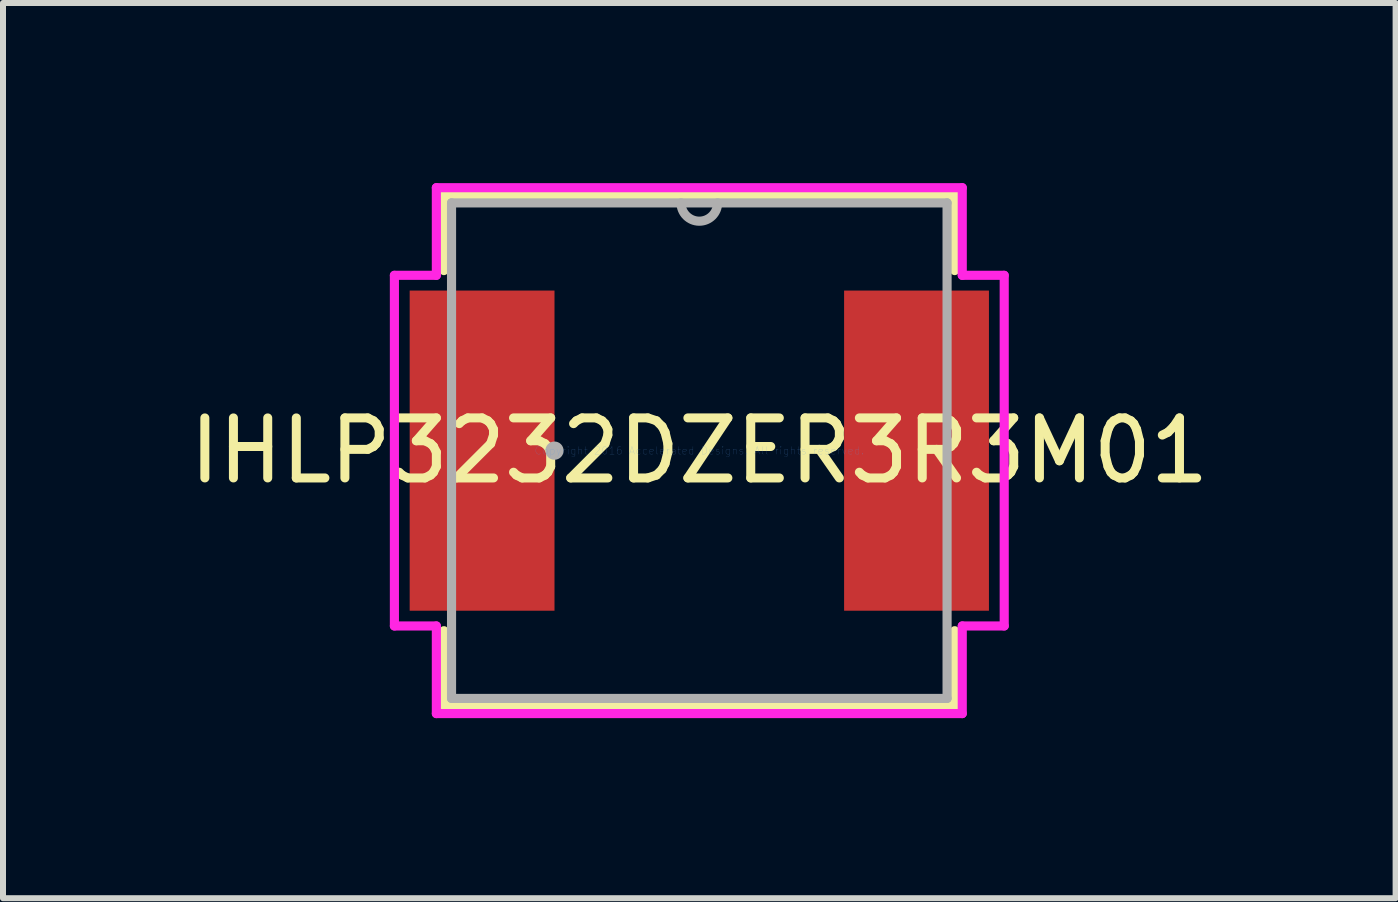
<source format=kicad_pcb>
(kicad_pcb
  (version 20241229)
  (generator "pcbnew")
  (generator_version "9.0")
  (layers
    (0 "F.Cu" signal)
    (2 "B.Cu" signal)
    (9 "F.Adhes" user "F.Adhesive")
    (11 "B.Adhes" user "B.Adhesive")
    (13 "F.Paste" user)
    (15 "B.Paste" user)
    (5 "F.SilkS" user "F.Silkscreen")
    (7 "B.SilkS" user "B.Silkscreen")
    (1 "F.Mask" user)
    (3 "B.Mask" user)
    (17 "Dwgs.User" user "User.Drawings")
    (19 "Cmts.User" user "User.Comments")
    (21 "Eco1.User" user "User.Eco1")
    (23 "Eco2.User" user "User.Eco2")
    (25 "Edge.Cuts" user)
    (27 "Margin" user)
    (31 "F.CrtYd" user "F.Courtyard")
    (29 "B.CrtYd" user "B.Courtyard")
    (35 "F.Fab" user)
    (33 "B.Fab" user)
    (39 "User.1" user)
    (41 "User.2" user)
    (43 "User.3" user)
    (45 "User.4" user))
  (footprint "IHLP3232DZER3R3M01"
    (layer "F.Cu")
    (at 8.601 4.458)
    (property "Reference" "IHLP3232DZER3R3M01" (at 0 0 0) (layer "F.SilkS") (effects (font (size 1 1) (thickness 0.15))))
    (attr through_hole)
    (fp_line (start -4.255 -4.255) (end -4.255 -3) (stroke (width 0.152) (type solid)) (layer "F.SilkS"))
    (fp_line (start -4.255 3) (end -4.255 4.255) (stroke (width 0.152) (type solid)) (layer "F.SilkS"))
    (fp_line (start -4.255 4.255) (end 4.255 4.255) (stroke (width 0.152) (type solid)) (layer "F.SilkS"))
    (fp_line (start 4.255 -4.255) (end -4.255 -4.255) (stroke (width 0.152) (type solid)) (layer "F.SilkS"))
    (fp_line (start 4.255 -3) (end 4.255 -4.255) (stroke (width 0.152) (type solid)) (layer "F.SilkS"))
    (fp_line (start 4.255 4.255) (end 4.255 3) (stroke (width 0.152) (type solid)) (layer "F.SilkS"))
    (fp_line (start -5.08 -2.921) (end -4.381 -2.921) (stroke (width 0.152) (type solid)) (layer "F.CrtYd"))
    (fp_line (start -5.08 2.921) (end -5.08 -2.921) (stroke (width 0.152) (type solid)) (layer "F.CrtYd"))
    (fp_line (start -5.08 2.921) (end -4.381 2.921) (stroke (width 0.152) (type solid)) (layer "F.CrtYd"))
    (fp_line (start -4.381 -4.381) (end 4.381 -4.381) (stroke (width 0.152) (type solid)) (layer "F.CrtYd"))
    (fp_line (start -4.381 -2.921) (end -4.381 -4.381) (stroke (width 0.152) (type solid)) (layer "F.CrtYd"))
    (fp_line (start -4.381 4.381) (end -4.381 2.921) (stroke (width 0.152) (type solid)) (layer "F.CrtYd"))
    (fp_line (start 4.381 -4.381) (end 4.381 -2.921) (stroke (width 0.152) (type solid)) (layer "F.CrtYd"))
    (fp_line (start 4.381 2.921) (end 4.381 4.381) (stroke (width 0.152) (type solid)) (layer "F.CrtYd"))
    (fp_line (start 4.381 4.381) (end -4.381 4.381) (stroke (width 0.152) (type solid)) (layer "F.CrtYd"))
    (fp_line (start 5.08 -2.921) (end 4.381 -2.921) (stroke (width 0.152) (type solid)) (layer "F.CrtYd"))
    (fp_line (start 5.08 -2.921) (end 5.08 2.921) (stroke (width 0.152) (type solid)) (layer "F.CrtYd"))
    (fp_line (start 5.08 2.921) (end 4.381 2.921) (stroke (width 0.152) (type solid)) (layer "F.CrtYd"))
    (fp_line (start -4.128 -4.128) (end -4.128 4.128) (stroke (width 0.152) (type solid)) (layer "F.Fab"))
    (fp_line (start -4.128 4.128) (end 4.128 4.128) (stroke (width 0.152) (type solid)) (layer "F.Fab"))
    (fp_line (start 4.128 -4.128) (end -4.128 -4.128) (stroke (width 0.152) (type solid)) (layer "F.Fab"))
    (fp_line (start 4.128 4.128) (end 4.128 -4.128) (stroke (width 0.152) (type solid)) (layer "F.Fab"))
    (fp_arc (start 0.3048 -4.1275) (mid 0 -3.8227) (end -0.3048 -4.1275) (stroke (width 0.1524) (type solid)) (layer "F.Fab"))
    (fp_circle (center -2.413 0) (end -2.337 0) (stroke (width 0.152) (type solid)) (fill no) (layer "F.Fab"))
    (fp_text user "Copyright 2016 Accelerated Designs. All rights reserved." (at 0 0 0) (layer "Cmts.User") (effects (font (size 0.127 0.127) (thickness 0.002))))
    (pad "1" smd rect (at -3.619 0) (size 2.413 5.334) (layers "F.Cu" "F.Mask" "F.Paste"))
    (pad "2" smd rect (at 3.619 0) (size 2.413 5.334) (layers "F.Cu" "F.Mask" "F.Paste")))
  (gr_rect
    (start -3 -3)
    (end 20.202 11.915)
    (stroke (width 0.1) (type default))
    (fill no)
    (layer "Edge.Cuts")))
</source>
